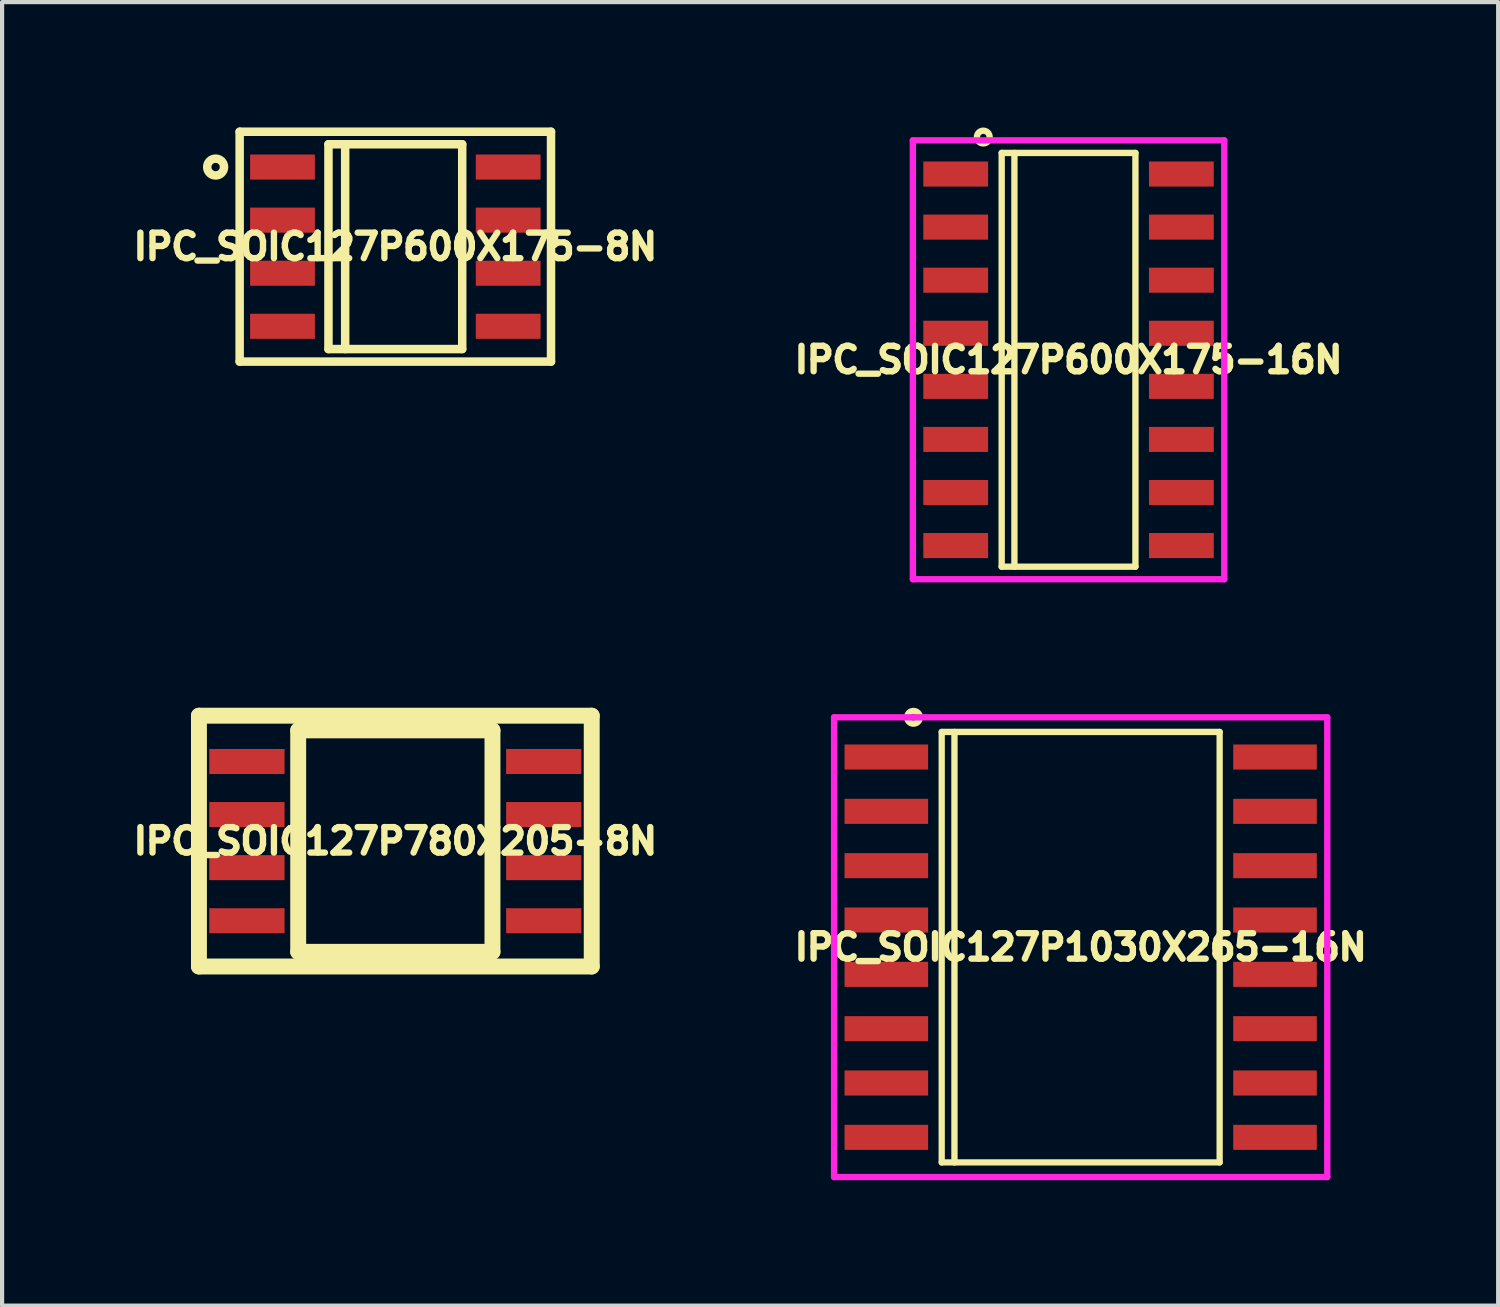
<source format=kicad_pcb>
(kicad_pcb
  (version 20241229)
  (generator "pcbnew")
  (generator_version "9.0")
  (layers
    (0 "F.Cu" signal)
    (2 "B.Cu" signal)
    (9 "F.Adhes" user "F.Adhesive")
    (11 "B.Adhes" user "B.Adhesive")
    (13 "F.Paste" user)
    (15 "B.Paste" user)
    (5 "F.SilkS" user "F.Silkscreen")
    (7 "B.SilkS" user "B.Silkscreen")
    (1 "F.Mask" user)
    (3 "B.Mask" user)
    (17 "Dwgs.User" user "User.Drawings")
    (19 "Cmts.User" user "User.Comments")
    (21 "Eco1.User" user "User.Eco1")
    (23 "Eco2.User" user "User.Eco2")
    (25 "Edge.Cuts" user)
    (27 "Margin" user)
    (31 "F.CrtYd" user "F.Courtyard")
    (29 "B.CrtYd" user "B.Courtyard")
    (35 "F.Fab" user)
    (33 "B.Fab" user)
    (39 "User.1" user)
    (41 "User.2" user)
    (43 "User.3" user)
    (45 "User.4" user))
  (footprint "IPC_SOIC127P600X175-8N"
    (layer "F.Cu")
    (at 6.409 2.852)
    (property "Reference" "IPC_SOIC127P600X175-8N" (at 0 0 0) (layer "F.SilkS") (effects (font (size 0.61 0.61) (thickness 0.152))))
    (attr through_hole)
    (fp_line (start -3.725 -2.75) (end 3.725 -2.75) (stroke (width 0.203) (type solid)) (layer "F.SilkS"))
    (fp_line (start -3.725 2.75) (end -3.725 -2.75) (stroke (width 0.203) (type solid)) (layer "F.SilkS"))
    (fp_line (start -1.6 -2.45) (end 1.6 -2.45) (stroke (width 0.203) (type solid)) (layer "F.SilkS"))
    (fp_line (start -1.6 2.45) (end -1.6 -2.45) (stroke (width 0.203) (type solid)) (layer "F.SilkS"))
    (fp_line (start -1.2 -2.45) (end -1.2 2.45) (stroke (width 0.203) (type solid)) (layer "F.SilkS"))
    (fp_line (start 1.6 -2.45) (end 1.6 2.45) (stroke (width 0.203) (type solid)) (layer "F.SilkS"))
    (fp_line (start 1.6 2.45) (end -1.6 2.45) (stroke (width 0.203) (type solid)) (layer "F.SilkS"))
    (fp_line (start 3.725 -2.75) (end 3.725 2.75) (stroke (width 0.203) (type solid)) (layer "F.SilkS"))
    (fp_line (start 3.725 2.75) (end -3.725 2.75) (stroke (width 0.203) (type solid)) (layer "F.SilkS"))
    (fp_circle (center -4.3 -1.905) (end -4.2 -1.905) (stroke (width 0.203) (type solid)) (fill no) (layer "F.SilkS"))
    (pad "1" smd rect (at -2.7 -1.905) (size 1.55 0.6) (layers "F.Cu" "F.Mask" "F.Paste"))
    (pad "2" smd rect (at -2.7 -0.635) (size 1.55 0.6) (layers "F.Cu" "F.Mask" "F.Paste"))
    (pad "3" smd rect (at -2.7 0.635) (size 1.55 0.6) (layers "F.Cu" "F.Mask" "F.Paste"))
    (pad "4" smd rect (at -2.7 1.905) (size 1.55 0.6) (layers "F.Cu" "F.Mask" "F.Paste"))
    (pad "5" smd rect (at 2.7 1.905) (size 1.55 0.6) (layers "F.Cu" "F.Mask" "F.Paste"))
    (pad "6" smd rect (at 2.7 0.635) (size 1.55 0.6) (layers "F.Cu" "F.Mask" "F.Paste"))
    (pad "7" smd rect (at 2.7 -0.635) (size 1.55 0.6) (layers "F.Cu" "F.Mask" "F.Paste"))
    (pad "8" smd rect (at 2.7 -1.905) (size 1.55 0.6) (layers "F.Cu" "F.Mask" "F.Paste")))
  (footprint "IPC_SOIC127P600X175-16N"
    (layer "F.Cu")
    (at 22.517 5.559)
    (property "Reference" "IPC_SOIC127P600X175-16N" (at 0 0 0) (layer "F.SilkS") (effects (font (size 0.61 0.61) (thickness 0.152))))
    (attr through_hole)
    (fp_line (start -1.6 -4.95) (end 1.6 -4.95) (stroke (width 0.152) (type solid)) (layer "F.SilkS"))
    (fp_line (start -1.6 4.95) (end -1.6 -4.95) (stroke (width 0.152) (type solid)) (layer "F.SilkS"))
    (fp_line (start -1.295 4.95) (end -1.295 -4.95) (stroke (width 0.152) (type solid)) (layer "F.SilkS"))
    (fp_line (start 1.6 -4.95) (end 1.6 4.95) (stroke (width 0.152) (type solid)) (layer "F.SilkS"))
    (fp_line (start 1.6 4.95) (end -1.6 4.95) (stroke (width 0.152) (type solid)) (layer "F.SilkS"))
    (fp_circle (center -2.04 -5.33) (end -1.888 -5.33) (stroke (width 0.152) (type solid)) (fill no) (layer "F.SilkS"))
    (fp_line (start -3.725 -5.25) (end 3.725 -5.25) (stroke (width 0.152) (type solid)) (layer "F.CrtYd"))
    (fp_line (start -3.725 5.25) (end -3.725 -5.25) (stroke (width 0.152) (type solid)) (layer "F.CrtYd"))
    (fp_line (start 3.725 -5.25) (end 3.725 5.25) (stroke (width 0.152) (type solid)) (layer "F.CrtYd"))
    (fp_line (start 3.725 5.25) (end -3.725 5.25) (stroke (width 0.152) (type solid)) (layer "F.CrtYd"))
    (pad "1" smd rect (at -2.7 -4.445) (size 1.55 0.6) (layers "F.Cu" "F.Mask" "F.Paste"))
    (pad "2" smd rect (at -2.7 -3.175) (size 1.55 0.6) (layers "F.Cu" "F.Mask" "F.Paste"))
    (pad "3" smd rect (at -2.7 -1.905) (size 1.55 0.6) (layers "F.Cu" "F.Mask" "F.Paste"))
    (pad "4" smd rect (at -2.7 -0.635) (size 1.55 0.6) (layers "F.Cu" "F.Mask" "F.Paste"))
    (pad "5" smd rect (at -2.7 0.635) (size 1.55 0.6) (layers "F.Cu" "F.Mask" "F.Paste"))
    (pad "6" smd rect (at -2.7 1.905) (size 1.55 0.6) (layers "F.Cu" "F.Mask" "F.Paste"))
    (pad "7" smd rect (at -2.7 3.175) (size 1.55 0.6) (layers "F.Cu" "F.Mask" "F.Paste"))
    (pad "8" smd rect (at -2.7 4.445) (size 1.55 0.6) (layers "F.Cu" "F.Mask" "F.Paste"))
    (pad "9" smd rect (at 2.7 4.445) (size 1.55 0.6) (layers "F.Cu" "F.Mask" "F.Paste"))
    (pad "10" smd rect (at 2.7 3.175) (size 1.55 0.6) (layers "F.Cu" "F.Mask" "F.Paste"))
    (pad "11" smd rect (at 2.7 1.905) (size 1.55 0.6) (layers "F.Cu" "F.Mask" "F.Paste"))
    (pad "12" smd rect (at 2.7 0.635) (size 1.55 0.6) (layers "F.Cu" "F.Mask" "F.Paste"))
    (pad "13" smd rect (at 2.7 -0.635) (size 1.55 0.6) (layers "F.Cu" "F.Mask" "F.Paste"))
    (pad "14" smd rect (at 2.7 -1.905) (size 1.55 0.6) (layers "F.Cu" "F.Mask" "F.Paste"))
    (pad "15" smd rect (at 2.7 -3.175) (size 1.55 0.6) (layers "F.Cu" "F.Mask" "F.Paste"))
    (pad "16" smd rect (at 2.7 -4.445) (size 1.55 0.6) (layers "F.Cu" "F.Mask" "F.Paste")))
  (footprint "IPC_SOIC127P780X205-8N"
    (layer "F.Cu")
    (at 6.409 17.075)
    (property "Reference" "IPC_SOIC127P780X205-8N" (at 0 0 0) (layer "F.SilkS") (effects (font (size 0.61 0.61) (thickness 0.152))))
    (attr through_hole)
    (fp_line (start -4.699 -3) (end 4.699 -3) (stroke (width 0.381) (type solid)) (layer "F.SilkS"))
    (fp_line (start -4.699 3) (end -4.699 -3) (stroke (width 0.381) (type solid)) (layer "F.SilkS"))
    (fp_line (start -2.324 -2.649) (end 2.324 -2.649) (stroke (width 0.381) (type solid)) (layer "F.SilkS"))
    (fp_line (start -2.324 2.649) (end -2.324 -2.649) (stroke (width 0.381) (type solid)) (layer "F.SilkS"))
    (fp_line (start 2.324 -2.649) (end 2.324 2.649) (stroke (width 0.381) (type solid)) (layer "F.SilkS"))
    (fp_line (start 2.324 2.649) (end -2.324 2.649) (stroke (width 0.381) (type solid)) (layer "F.SilkS"))
    (fp_line (start 4.699 -3) (end 4.699 3) (stroke (width 0.381) (type solid)) (layer "F.SilkS"))
    (fp_line (start 4.699 3) (end -4.699 3) (stroke (width 0.381) (type solid)) (layer "F.SilkS"))
    (pad "1" smd rect (at -3.551 -1.905) (size 1.801 0.599) (layers "F.Cu" "F.Mask" "F.Paste"))
    (pad "2" smd rect (at -3.551 -0.635) (size 1.801 0.599) (layers "F.Cu" "F.Mask" "F.Paste"))
    (pad "3" smd rect (at -3.551 0.635) (size 1.801 0.599) (layers "F.Cu" "F.Mask" "F.Paste"))
    (pad "4" smd rect (at -3.551 1.905) (size 1.801 0.599) (layers "F.Cu" "F.Mask" "F.Paste"))
    (pad "5" smd rect (at 3.551 1.905) (size 1.801 0.599) (layers "F.Cu" "F.Mask" "F.Paste"))
    (pad "6" smd rect (at 3.551 0.635) (size 1.801 0.599) (layers "F.Cu" "F.Mask" "F.Paste"))
    (pad "7" smd rect (at 3.551 -0.635) (size 1.801 0.599) (layers "F.Cu" "F.Mask" "F.Paste"))
    (pad "8" smd rect (at 3.551 -1.905) (size 1.801 0.599) (layers "F.Cu" "F.Mask" "F.Paste")))
  (footprint "IPC_SOIC127P1030X265-16N"
    (layer "F.Cu")
    (at 22.807 19.613)
    (property "Reference" "IPC_SOIC127P1030X265-16N" (at 0 0 0) (layer "F.SilkS") (effects (font (size 0.61 0.61) (thickness 0.152))))
    (attr through_hole)
    (fp_line (start -3.325 -5.15) (end 3.325 -5.15) (stroke (width 0.152) (type solid)) (layer "F.SilkS"))
    (fp_line (start -3.325 5.15) (end -3.325 -5.15) (stroke (width 0.15) (type solid)) (layer "F.SilkS"))
    (fp_line (start -3.02 -5.15) (end -3.02 5.15) (stroke (width 0.152) (type solid)) (layer "F.SilkS"))
    (fp_line (start 3.325 -5.15) (end 3.325 5.15) (stroke (width 0.15) (type solid)) (layer "F.SilkS"))
    (fp_line (start 3.325 5.15) (end -3.325 5.15) (stroke (width 0.15) (type solid)) (layer "F.SilkS"))
    (fp_circle (center -4 -5.5) (end -3.848 -5.5) (stroke (width 0.152) (type solid)) (fill no) (layer "F.SilkS"))
    (fp_line (start -5.9 -5.5) (end 5.9 -5.5) (stroke (width 0.152) (type solid)) (layer "F.CrtYd"))
    (fp_line (start -5.9 5.5) (end -5.9 -5.5) (stroke (width 0.152) (type solid)) (layer "F.CrtYd"))
    (fp_line (start 5.9 -5.5) (end 5.9 5.5) (stroke (width 0.152) (type solid)) (layer "F.CrtYd"))
    (fp_line (start 5.9 5.5) (end -5.9 5.5) (stroke (width 0.152) (type solid)) (layer "F.CrtYd"))
    (pad "1" smd rect (at -4.65 -4.55) (size 2 0.6) (layers "F.Cu" "F.Mask" "F.Paste"))
    (pad "2" smd rect (at -4.65 -3.25) (size 2 0.6) (layers "F.Cu" "F.Mask" "F.Paste"))
    (pad "3" smd rect (at -4.65 -1.95) (size 2 0.6) (layers "F.Cu" "F.Mask" "F.Paste"))
    (pad "4" smd rect (at -4.65 -0.65) (size 2 0.6) (layers "F.Cu" "F.Mask" "F.Paste"))
    (pad "5" smd rect (at -4.65 0.65) (size 2 0.6) (layers "F.Cu" "F.Mask" "F.Paste"))
    (pad "6" smd rect (at -4.65 1.95) (size 2 0.6) (layers "F.Cu" "F.Mask" "F.Paste"))
    (pad "7" smd rect (at -4.65 3.25) (size 2 0.6) (layers "F.Cu" "F.Mask" "F.Paste"))
    (pad "8" smd rect (at -4.65 4.55) (size 2 0.6) (layers "F.Cu" "F.Mask" "F.Paste"))
    (pad "9" smd rect (at 4.65 4.55) (size 2 0.6) (layers "F.Cu" "F.Mask" "F.Paste"))
    (pad "10" smd rect (at 4.65 3.25) (size 2 0.6) (layers "F.Cu" "F.Mask" "F.Paste"))
    (pad "11" smd rect (at 4.65 1.95) (size 2 0.6) (layers "F.Cu" "F.Mask" "F.Paste"))
    (pad "12" smd rect (at 4.65 0.65) (size 2 0.6) (layers "F.Cu" "F.Mask" "F.Paste"))
    (pad "13" smd rect (at 4.65 -0.65) (size 2 0.6) (layers "F.Cu" "F.Mask" "F.Paste"))
    (pad "14" smd rect (at 4.65 -1.95) (size 2 0.6) (layers "F.Cu" "F.Mask" "F.Paste"))
    (pad "15" smd rect (at 4.65 -3.25) (size 2 0.6) (layers "F.Cu" "F.Mask" "F.Paste"))
    (pad "16" smd rect (at 4.65 -4.55) (size 2 0.6) (layers "F.Cu" "F.Mask" "F.Paste")))
  (gr_rect
    (start -3 -3)
    (end 32.796 28.19)
    (stroke (width 0.1) (type default))
    (fill no)
    (layer "Edge.Cuts")))
</source>
